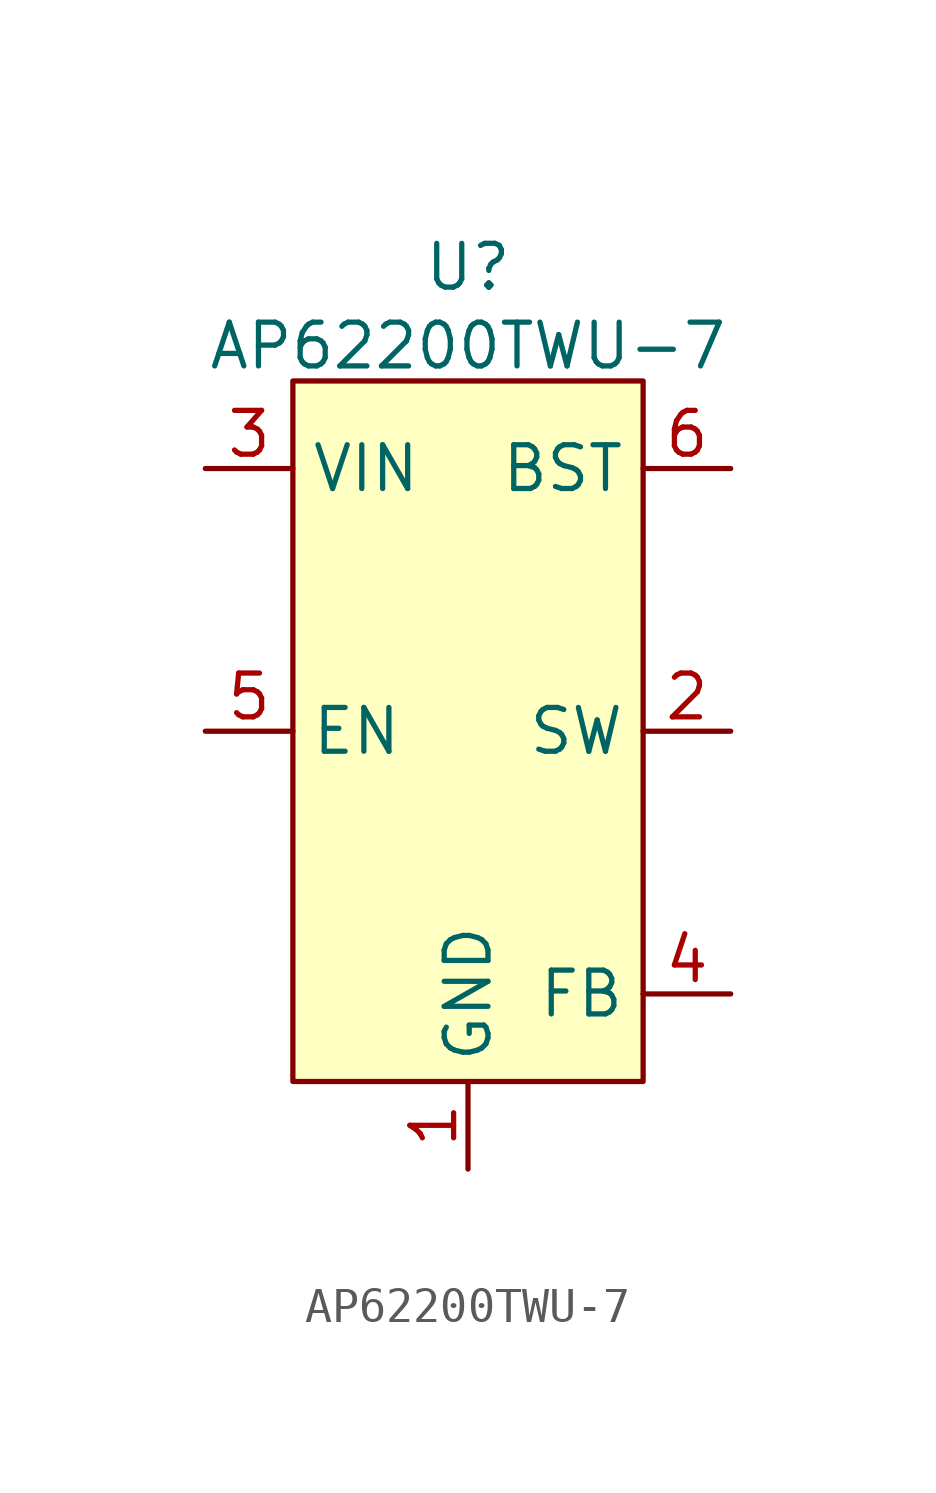
<source format=kicad_sym>
(kicad_symbol_lib
  (version 20241209)
  (generator "kicad_symbol_editor")
  (generator_version "9.0")
  (symbol "AP62200TWU-7"
    (property "Reference" "U"
      (at 0 13.462 0)
      (effects (font (size 1.27 1.27))))
    (property "Value" "AP62200TWU-7"
      (at 0 11.176 0)
      (effects (font (size 1.27 1.27))))
    (symbol "AP62200TWU-7_0_0"
      (pin power_in line (at -7.62 7.62 0) (length 2.54) (name "VIN" (effects (font (size 1.27 1.27)))) (number "3" (effects (font (size 1.27 1.27)))))
      (pin input line (at -7.62 0 0) (length 2.54) (name "EN" (effects (font (size 1.27 1.27)))) (number "5" (effects (font (size 1.27 1.27)))))
      (pin power_in line (at 0 -12.7 90) (length 2.54) (name "GND" (effects (font (size 1.27 1.27)))) (number "1" (effects (font (size 1.27 1.27)))))
      (pin passive line (at 7.62 7.62 180) (length 2.54) (name "BST" (effects (font (size 1.27 1.27)))) (number "6" (effects (font (size 1.27 1.27)))))
      (pin passive line (at 7.62 0 180) (length 2.54) (name "SW" (effects (font (size 1.27 1.27)))) (number "2" (effects (font (size 1.27 1.27)))))
      (pin passive line (at 7.62 -7.62 180) (length 2.54) (name "FB" (effects (font (size 1.27 1.27)))) (number "4" (effects (font (size 1.27 1.27))))))
    (symbol "AP62200TWU-7_1_1"
      (rectangle (start -5.08 10.16) (end 5.08 -10.16) (stroke (width 0) (type solid)) (fill (type background))))))
</source>
